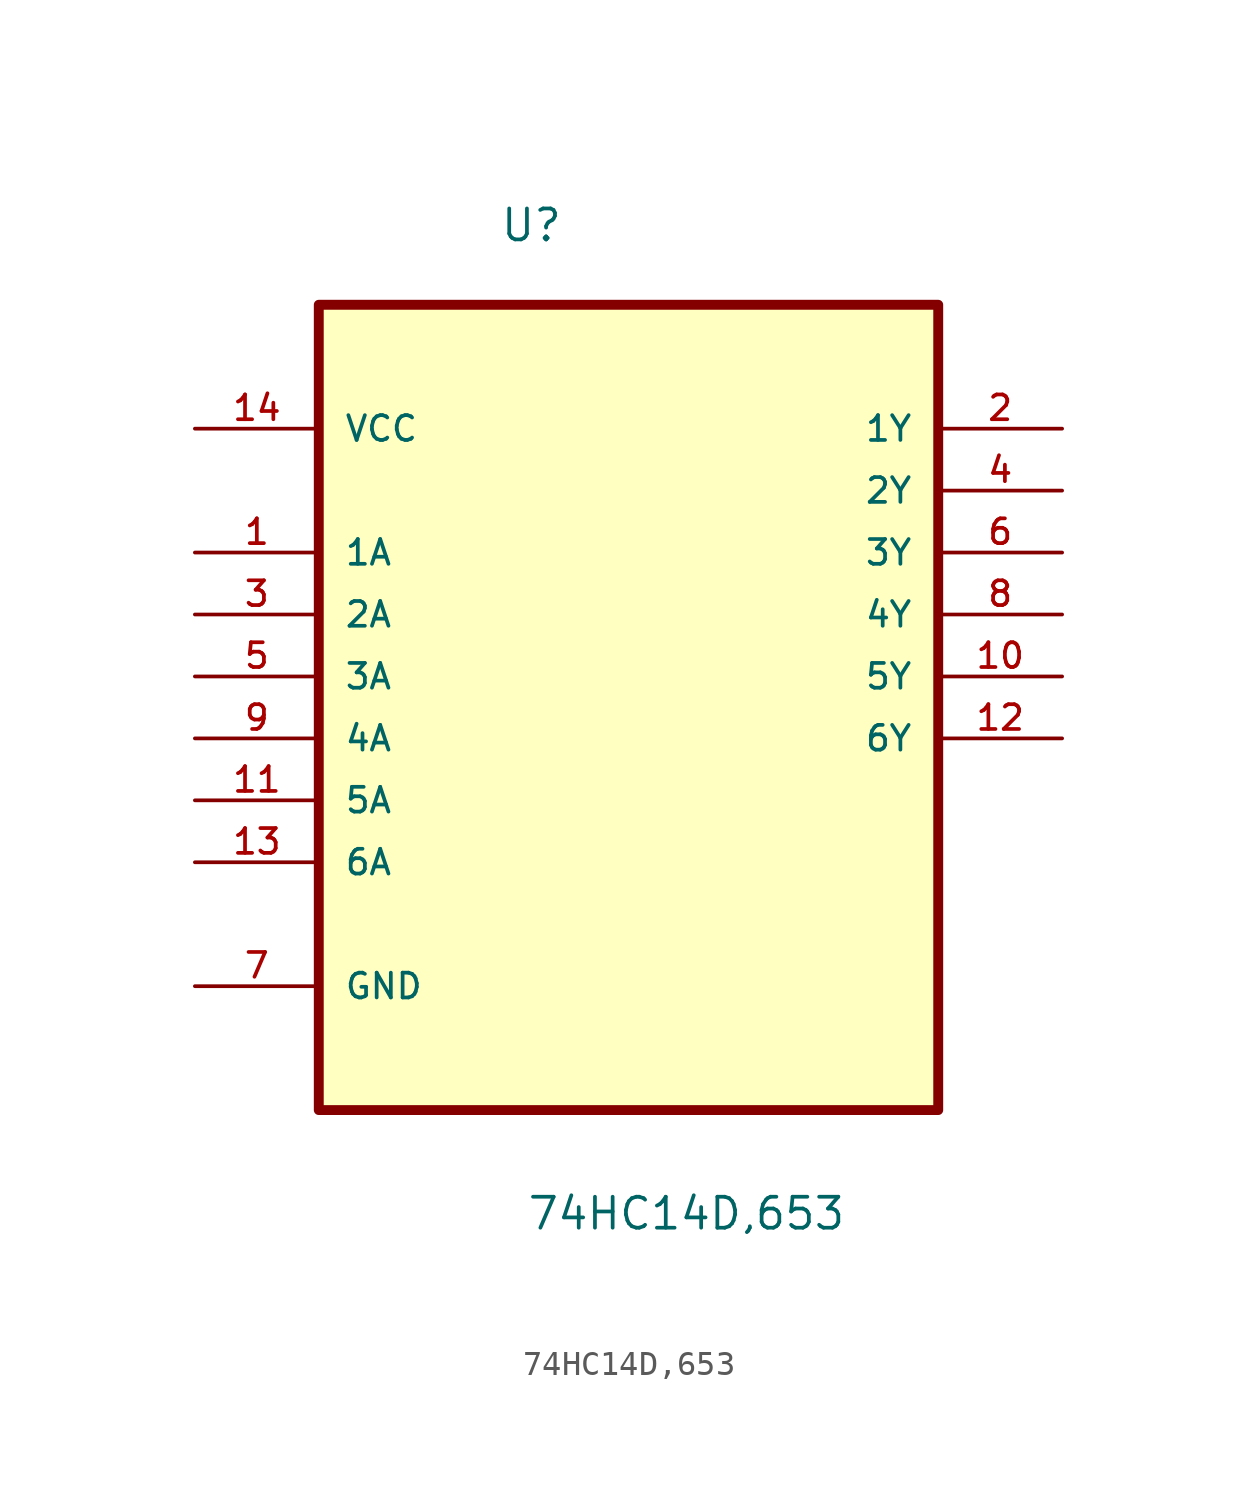
<source format=kicad_sym>
(kicad_symbol_lib
  (version 20211014)
  (generator kicad_symbol_editor)
  (symbol "74HC14D,653"
    (pin_names
      (offset 1.016))
    (property "Reference" "U"
      (at -5.293 15.216 0.0)
      (effects (font (size 1.27 1.27)) (justify bottom left)))
    (property "Value" "74HC14D,653"
      (at -4.197 -25.307 0.0)
      (effects (font (size 1.27 1.27)) (justify bottom left)))
    (symbol "74HC14D,653_0_0"
      (rectangle (start -12.7 -20.32) (end 12.7 12.7) (stroke (width 0.406)) (fill (type background)))
      (pin power_in line (at -17.78 7.62 0) (length 5.08) (name "VCC" (effects (font (size 1.016 1.016)))) (number "14" (effects (font (size 1.016 1.016)))))
      (pin input line (at -17.78 2.54 0) (length 5.08) (name "1A" (effects (font (size 1.016 1.016)))) (number "1" (effects (font (size 1.016 1.016)))))
      (pin input line (at -17.78 0.0 0) (length 5.08) (name "2A" (effects (font (size 1.016 1.016)))) (number "3" (effects (font (size 1.016 1.016)))))
      (pin input line (at -17.78 -2.54 0) (length 5.08) (name "3A" (effects (font (size 1.016 1.016)))) (number "5" (effects (font (size 1.016 1.016)))))
      (pin input line (at -17.78 -5.08 0) (length 5.08) (name "4A" (effects (font (size 1.016 1.016)))) (number "9" (effects (font (size 1.016 1.016)))))
      (pin input line (at -17.78 -7.62 0) (length 5.08) (name "5A" (effects (font (size 1.016 1.016)))) (number "11" (effects (font (size 1.016 1.016)))))
      (pin input line (at -17.78 -10.16 0) (length 5.08) (name "6A" (effects (font (size 1.016 1.016)))) (number "13" (effects (font (size 1.016 1.016)))))
      (pin passive line (at -17.78 -15.24 0) (length 5.08) (name "GND" (effects (font (size 1.016 1.016)))) (number "7" (effects (font (size 1.016 1.016)))))
      (pin output line (at 17.78 7.62 180.0) (length 5.08) (name "1Y" (effects (font (size 1.016 1.016)))) (number "2" (effects (font (size 1.016 1.016)))))
      (pin output line (at 17.78 5.08 180.0) (length 5.08) (name "2Y" (effects (font (size 1.016 1.016)))) (number "4" (effects (font (size 1.016 1.016)))))
      (pin output line (at 17.78 2.54 180.0) (length 5.08) (name "3Y" (effects (font (size 1.016 1.016)))) (number "6" (effects (font (size 1.016 1.016)))))
      (pin output line (at 17.78 0.0 180.0) (length 5.08) (name "4Y" (effects (font (size 1.016 1.016)))) (number "8" (effects (font (size 1.016 1.016)))))
      (pin output line (at 17.78 -2.54 180.0) (length 5.08) (name "5Y" (effects (font (size 1.016 1.016)))) (number "10" (effects (font (size 1.016 1.016)))))
      (pin output line (at 17.78 -5.08 180.0) (length 5.08) (name "6Y" (effects (font (size 1.016 1.016)))) (number "12" (effects (font (size 1.016 1.016))))))))
</source>
